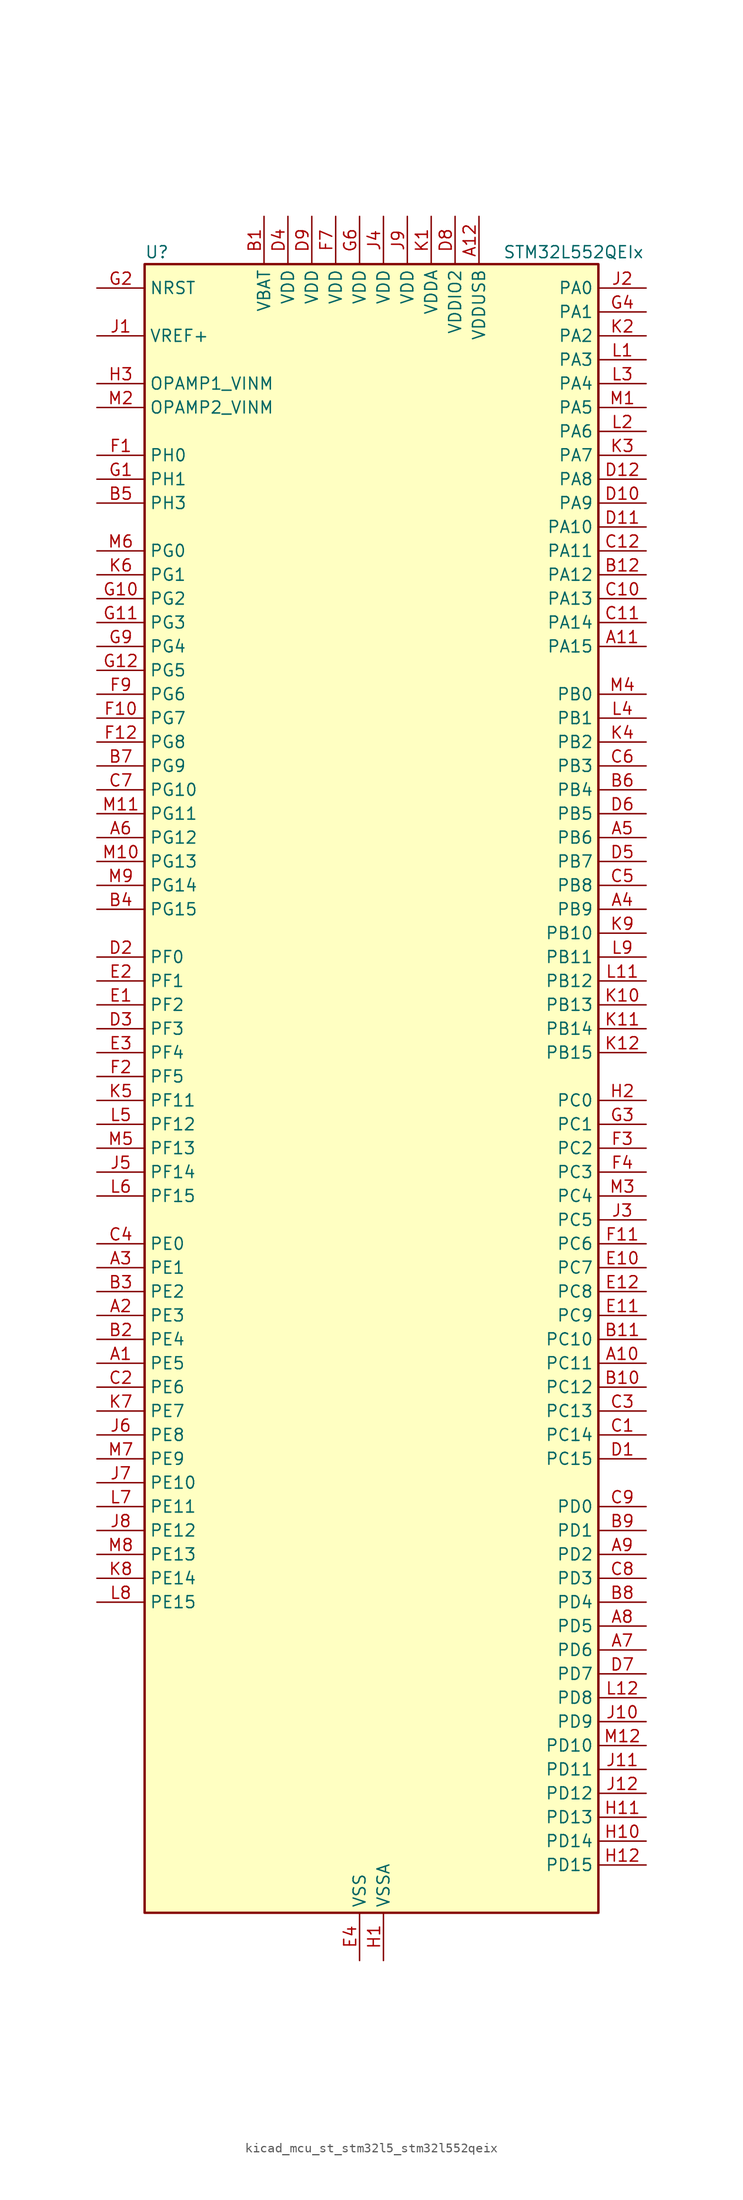
<source format=kicad_sym>
(kicad_symbol_lib
  (version 20220914)
  (generator kicad_symbol_editor)
  (symbol "kicad_mcu_st_stm32l5_stm32l552qeix"
    (property "Reference" "U"
      (at -22.86 90.17 0)
      (effects (font (size 1.27 1.27)) (justify left)))
    (property "Value" "STM32L552QEIx"
      (at 15.24 90.17 0)
      (effects (font (size 1.27 1.27)) (justify left)))
    (property "ki_locked" ""
      (at 0 0 0)
      (effects (font (size 1.27 1.27))))
    (symbol "kicad_mcu_st_stm32l5_stm32l552qeix_0_1"
      (rectangle (start -22.86 -86.36) (end 25.4 88.9) (stroke (width 0.254) (type default)) (fill (type background))))
    (symbol "kicad_mcu_st_stm32l5_stm32l552qeix_1_1"
      (pin bidirectional line (at -27.94 -27.94 0) (length 5.08) (name "PE5" (effects (font (size 1.27 1.27)))) (number "A1" (effects (font (size 1.27 1.27)))) (alternate "DEBUG_TRACED2" bidirectional line) (alternate "DFSDM1_CKIN3" bidirectional line) (alternate "FMC_A21" bidirectional line) (alternate "SAI1_CK2" bidirectional line) (alternate "SAI1_SCK_A" bidirectional line) (alternate "TIM3_CH3" bidirectional line) (alternate "TSC_G7_IO4" bidirectional line))
      (pin bidirectional line (at 30.48 -27.94 180) (length 5.08) (name "PC11" (effects (font (size 1.27 1.27)))) (number "A10" (effects (font (size 1.27 1.27)))) (alternate "ADC1_EXTI11" bidirectional line) (alternate "ADC2_EXTI11" bidirectional line) (alternate "LPTIM3_IN1" bidirectional line) (alternate "OCTOSPI1_NCS" bidirectional line) (alternate "SAI2_MCLK_B" bidirectional line) (alternate "SDMMC1_D3" bidirectional line) (alternate "SPI3_MISO" bidirectional line) (alternate "TSC_G3_IO3" bidirectional line) (alternate "UART4_RX" bidirectional line) (alternate "UCPD1_FRSTX2" bidirectional line) (alternate "USART3_RX" bidirectional line))
      (pin bidirectional line (at 30.48 48.26 180) (length 5.08) (name "PA15" (effects (font (size 1.27 1.27)))) (number "A11" (effects (font (size 1.27 1.27)))) (alternate "ADC1_EXTI15" bidirectional line) (alternate "ADC2_EXTI15" bidirectional line) (alternate "DEBUG_JTDI" bidirectional line) (alternate "SAI2_FS_B" bidirectional line) (alternate "SPI1_NSS" bidirectional line) (alternate "SPI3_NSS" bidirectional line) (alternate "TIM2_CH1" bidirectional line) (alternate "TIM2_ETR" bidirectional line) (alternate "UART4_DE" bidirectional line) (alternate "UART4_RTS" bidirectional line) (alternate "UCPD1_CC1" bidirectional line) (alternate "USART2_RX" bidirectional line) (alternate "USART3_DE" bidirectional line) (alternate "USART3_RTS" bidirectional line))
      (pin power_in line (at 12.7 93.98 270) (length 5.08) (name "VDDUSB" (effects (font (size 1.27 1.27)))) (number "A12" (effects (font (size 1.27 1.27)))))
      (pin bidirectional line (at -27.94 -22.86 0) (length 5.08) (name "PE3" (effects (font (size 1.27 1.27)))) (number "A2" (effects (font (size 1.27 1.27)))) (alternate "DEBUG_TRACED0" bidirectional line) (alternate "FMC_A19" bidirectional line) (alternate "OCTOSPI1_DQS" bidirectional line) (alternate "SAI1_SD_B" bidirectional line) (alternate "TIM3_CH1" bidirectional line) (alternate "TSC_G7_IO2" bidirectional line))
      (pin bidirectional line (at -27.94 -17.78 0) (length 5.08) (name "PE1" (effects (font (size 1.27 1.27)))) (number "A3" (effects (font (size 1.27 1.27)))) (alternate "FMC_NBL1" bidirectional line) (alternate "TIM17_CH1" bidirectional line))
      (pin bidirectional line (at 30.48 20.32 180) (length 5.08) (name "PB9" (effects (font (size 1.27 1.27)))) (number "A4" (effects (font (size 1.27 1.27)))) (alternate "DAC1_EXTI9" bidirectional line) (alternate "FDCAN1_TX" bidirectional line) (alternate "I2C1_SDA" bidirectional line) (alternate "IR_OUT" bidirectional line) (alternate "SAI1_D2" bidirectional line) (alternate "SAI1_FS_A" bidirectional line) (alternate "SDMMC1_CDIR" bidirectional line) (alternate "SDMMC1_D5" bidirectional line) (alternate "SPI2_NSS" bidirectional line) (alternate "TIM17_CH1" bidirectional line) (alternate "TIM4_CH4" bidirectional line))
      (pin bidirectional line (at 30.48 27.94 180) (length 5.08) (name "PB6" (effects (font (size 1.27 1.27)))) (number "A5" (effects (font (size 1.27 1.27)))) (alternate "COMP2_INP" bidirectional line) (alternate "I2C1_SCL" bidirectional line) (alternate "I2C4_SCL" bidirectional line) (alternate "LPTIM1_ETR" bidirectional line) (alternate "SAI1_FS_B" bidirectional line) (alternate "TIM16_CH1N" bidirectional line) (alternate "TIM4_CH1" bidirectional line) (alternate "TIM8_BKIN2" bidirectional line) (alternate "TSC_G2_IO3" bidirectional line) (alternate "USART1_TX" bidirectional line))
      (pin bidirectional line (at -27.94 27.94 0) (length 5.08) (name "PG12" (effects (font (size 1.27 1.27)))) (number "A6" (effects (font (size 1.27 1.27)))) (alternate "FMC_NE4" bidirectional line) (alternate "LPTIM1_ETR" bidirectional line) (alternate "SAI2_SD_A" bidirectional line) (alternate "SPI3_NSS" bidirectional line) (alternate "USART1_DE" bidirectional line) (alternate "USART1_RTS" bidirectional line))
      (pin bidirectional line (at 30.48 -58.42 180) (length 5.08) (name "PD6" (effects (font (size 1.27 1.27)))) (number "A7" (effects (font (size 1.27 1.27)))) (alternate "DFSDM1_DATIN1" bidirectional line) (alternate "FMC_NWAIT" bidirectional line) (alternate "OCTOSPI1_IO6" bidirectional line) (alternate "SAI1_D1" bidirectional line) (alternate "SAI1_SD_A" bidirectional line) (alternate "SPI3_MOSI" bidirectional line) (alternate "USART2_RX" bidirectional line))
      (pin bidirectional line (at 30.48 -55.88 180) (length 5.08) (name "PD5" (effects (font (size 1.27 1.27)))) (number "A8" (effects (font (size 1.27 1.27)))) (alternate "FMC_NWE" bidirectional line) (alternate "OCTOSPI1_IO5" bidirectional line) (alternate "USART2_TX" bidirectional line))
      (pin bidirectional line (at 30.48 -48.26 180) (length 5.08) (name "PD2" (effects (font (size 1.27 1.27)))) (number "A9" (effects (font (size 1.27 1.27)))) (alternate "DEBUG_TRACED2" bidirectional line) (alternate "SDMMC1_CMD" bidirectional line) (alternate "TIM3_ETR" bidirectional line) (alternate "TSC_SYNC" bidirectional line) (alternate "UART5_RX" bidirectional line) (alternate "USART3_DE" bidirectional line) (alternate "USART3_RTS" bidirectional line))
      (pin power_in line (at -10.16 93.98 270) (length 5.08) (name "VBAT" (effects (font (size 1.27 1.27)))) (number "B1" (effects (font (size 1.27 1.27)))))
      (pin bidirectional line (at 30.48 -30.48 180) (length 5.08) (name "PC12" (effects (font (size 1.27 1.27)))) (number "B10" (effects (font (size 1.27 1.27)))) (alternate "DEBUG_TRACED3" bidirectional line) (alternate "SAI2_SD_B" bidirectional line) (alternate "SDMMC1_CK" bidirectional line) (alternate "SPI3_MOSI" bidirectional line) (alternate "TSC_G3_IO4" bidirectional line) (alternate "UART5_TX" bidirectional line) (alternate "USART3_CK" bidirectional line))
      (pin bidirectional line (at 30.48 -25.4 180) (length 5.08) (name "PC10" (effects (font (size 1.27 1.27)))) (number "B11" (effects (font (size 1.27 1.27)))) (alternate "DEBUG_TRACED1" bidirectional line) (alternate "LPTIM3_ETR" bidirectional line) (alternate "SAI2_SCK_B" bidirectional line) (alternate "SDMMC1_D2" bidirectional line) (alternate "SPI3_SCK" bidirectional line) (alternate "TSC_G3_IO2" bidirectional line) (alternate "UART4_TX" bidirectional line) (alternate "USART3_TX" bidirectional line))
      (pin bidirectional line (at 30.48 55.88 180) (length 5.08) (name "PA12" (effects (font (size 1.27 1.27)))) (number "B12" (effects (font (size 1.27 1.27)))) (alternate "FDCAN1_TX" bidirectional line) (alternate "SPI1_MOSI" bidirectional line) (alternate "TIM1_ETR" bidirectional line) (alternate "USART1_DE" bidirectional line) (alternate "USART1_RTS" bidirectional line) (alternate "USB_DP" bidirectional line))
      (pin bidirectional line (at -27.94 -25.4 0) (length 5.08) (name "PE4" (effects (font (size 1.27 1.27)))) (number "B2" (effects (font (size 1.27 1.27)))) (alternate "DEBUG_TRACED1" bidirectional line) (alternate "DFSDM1_DATIN3" bidirectional line) (alternate "FMC_A20" bidirectional line) (alternate "SAI1_D2" bidirectional line) (alternate "SAI1_FS_A" bidirectional line) (alternate "TIM3_CH2" bidirectional line) (alternate "TSC_G7_IO3" bidirectional line))
      (pin bidirectional line (at -27.94 -20.32 0) (length 5.08) (name "PE2" (effects (font (size 1.27 1.27)))) (number "B3" (effects (font (size 1.27 1.27)))) (alternate "DEBUG_TRACECLK" bidirectional line) (alternate "FMC_A23" bidirectional line) (alternate "SAI1_CK1" bidirectional line) (alternate "SAI1_MCLK_A" bidirectional line) (alternate "TIM3_ETR" bidirectional line) (alternate "TSC_G7_IO1" bidirectional line))
      (pin bidirectional line (at -27.94 20.32 0) (length 5.08) (name "PG15" (effects (font (size 1.27 1.27)))) (number "B4" (effects (font (size 1.27 1.27)))) (alternate "ADC1_EXTI15" bidirectional line) (alternate "ADC2_EXTI15" bidirectional line) (alternate "I2C1_SMBA" bidirectional line) (alternate "LPTIM1_OUT" bidirectional line))
      (pin bidirectional line (at -27.94 63.5 0) (length 5.08) (name "PH3" (effects (font (size 1.27 1.27)))) (number "B5" (effects (font (size 1.27 1.27)))))
      (pin bidirectional line (at 30.48 33.02 180) (length 5.08) (name "PB4" (effects (font (size 1.27 1.27)))) (number "B6" (effects (font (size 1.27 1.27)))) (alternate "COMP2_INP" bidirectional line) (alternate "DEBUG_JTRST" bidirectional line) (alternate "I2C3_SDA" bidirectional line) (alternate "SAI1_MCLK_B" bidirectional line) (alternate "SPI1_MISO" bidirectional line) (alternate "SPI3_MISO" bidirectional line) (alternate "TIM17_BKIN" bidirectional line) (alternate "TIM3_CH1" bidirectional line) (alternate "TSC_G2_IO1" bidirectional line) (alternate "UART5_DE" bidirectional line) (alternate "UART5_RTS" bidirectional line) (alternate "USART1_CTS" bidirectional line) (alternate "USART1_NSS" bidirectional line))
      (pin bidirectional line (at -27.94 35.56 0) (length 5.08) (name "PG9" (effects (font (size 1.27 1.27)))) (number "B7" (effects (font (size 1.27 1.27)))) (alternate "DAC1_EXTI9" bidirectional line) (alternate "FMC_NCE" bidirectional line) (alternate "FMC_NE2" bidirectional line) (alternate "SAI2_SCK_A" bidirectional line) (alternate "SPI3_SCK" bidirectional line) (alternate "TIM15_CH1N" bidirectional line) (alternate "USART1_TX" bidirectional line))
      (pin bidirectional line (at 30.48 -53.34 180) (length 5.08) (name "PD4" (effects (font (size 1.27 1.27)))) (number "B8" (effects (font (size 1.27 1.27)))) (alternate "DFSDM1_CKIN0" bidirectional line) (alternate "FMC_NOE" bidirectional line) (alternate "OCTOSPI1_IO4" bidirectional line) (alternate "SPI2_MOSI" bidirectional line) (alternate "USART2_DE" bidirectional line) (alternate "USART2_RTS" bidirectional line))
      (pin bidirectional line (at 30.48 -45.72 180) (length 5.08) (name "PD1" (effects (font (size 1.27 1.27)))) (number "B9" (effects (font (size 1.27 1.27)))) (alternate "FDCAN1_TX" bidirectional line) (alternate "FMC_D3" bidirectional line) (alternate "FMC_DA3" bidirectional line) (alternate "SPI2_SCK" bidirectional line))
      (pin bidirectional line (at 30.48 -35.56 180) (length 5.08) (name "PC14" (effects (font (size 1.27 1.27)))) (number "C1" (effects (font (size 1.27 1.27)))) (alternate "RCC_OSC32_IN" bidirectional line))
      (pin bidirectional line (at 30.48 53.34 180) (length 5.08) (name "PA13" (effects (font (size 1.27 1.27)))) (number "C10" (effects (font (size 1.27 1.27)))) (alternate "DEBUG_JTMS-SWDIO" bidirectional line) (alternate "IR_OUT" bidirectional line) (alternate "SAI1_SD_B" bidirectional line) (alternate "USB_NOE" bidirectional line))
      (pin bidirectional line (at 30.48 50.8 180) (length 5.08) (name "PA14" (effects (font (size 1.27 1.27)))) (number "C11" (effects (font (size 1.27 1.27)))) (alternate "DEBUG_JTCK-SWCLK" bidirectional line) (alternate "I2C1_SMBA" bidirectional line) (alternate "I2C4_SMBA" bidirectional line) (alternate "LPTIM1_OUT" bidirectional line) (alternate "SAI1_FS_B" bidirectional line))
      (pin bidirectional line (at 30.48 58.42 180) (length 5.08) (name "PA11" (effects (font (size 1.27 1.27)))) (number "C12" (effects (font (size 1.27 1.27)))) (alternate "ADC1_EXTI11" bidirectional line) (alternate "ADC2_EXTI11" bidirectional line) (alternate "FDCAN1_RX" bidirectional line) (alternate "SPI1_MISO" bidirectional line) (alternate "TIM1_BKIN2" bidirectional line) (alternate "TIM1_CH4" bidirectional line) (alternate "USART1_CTS" bidirectional line) (alternate "USART1_NSS" bidirectional line) (alternate "USB_DM" bidirectional line))
      (pin bidirectional line (at -27.94 -30.48 0) (length 5.08) (name "PE6" (effects (font (size 1.27 1.27)))) (number "C2" (effects (font (size 1.27 1.27)))) (alternate "DEBUG_TRACED3" bidirectional line) (alternate "FMC_A22" bidirectional line) (alternate "PWR_WKUP3" bidirectional line) (alternate "SAI1_D1" bidirectional line) (alternate "SAI1_SD_A" bidirectional line) (alternate "TAMP_IN3" bidirectional line) (alternate "TAMP_OUT6" bidirectional line) (alternate "TIM3_CH4" bidirectional line))
      (pin bidirectional line (at 30.48 -33.02 180) (length 5.08) (name "PC13" (effects (font (size 1.27 1.27)))) (number "C3" (effects (font (size 1.27 1.27)))) (alternate "PWR_WKUP2" bidirectional line) (alternate "RTC_OUT1" bidirectional line) (alternate "RTC_TS" bidirectional line) (alternate "TAMP_IN1" bidirectional line) (alternate "TAMP_OUT2" bidirectional line))
      (pin bidirectional line (at -27.94 -15.24 0) (length 5.08) (name "PE0" (effects (font (size 1.27 1.27)))) (number "C4" (effects (font (size 1.27 1.27)))) (alternate "FMC_NBL0" bidirectional line) (alternate "TIM16_CH1" bidirectional line) (alternate "TIM4_ETR" bidirectional line))
      (pin bidirectional line (at 30.48 22.86 180) (length 5.08) (name "PB8" (effects (font (size 1.27 1.27)))) (number "C5" (effects (font (size 1.27 1.27)))) (alternate "DFSDM1_CKOUT" bidirectional line) (alternate "FDCAN1_RX" bidirectional line) (alternate "I2C1_SCL" bidirectional line) (alternate "SAI1_CK1" bidirectional line) (alternate "SAI1_MCLK_A" bidirectional line) (alternate "SDMMC1_CKIN" bidirectional line) (alternate "SDMMC1_D4" bidirectional line) (alternate "TIM16_CH1" bidirectional line) (alternate "TIM4_CH3" bidirectional line))
      (pin bidirectional line (at 30.48 35.56 180) (length 5.08) (name "PB3" (effects (font (size 1.27 1.27)))) (number "C6" (effects (font (size 1.27 1.27)))) (alternate "COMP2_INM" bidirectional line) (alternate "CRS_SYNC" bidirectional line) (alternate "DEBUG_JTDO-SWO" bidirectional line) (alternate "SAI1_SCK_B" bidirectional line) (alternate "SPI1_SCK" bidirectional line) (alternate "SPI3_SCK" bidirectional line) (alternate "TIM2_CH2" bidirectional line) (alternate "USART1_DE" bidirectional line) (alternate "USART1_RTS" bidirectional line))
      (pin bidirectional line (at -27.94 33.02 0) (length 5.08) (name "PG10" (effects (font (size 1.27 1.27)))) (number "C7" (effects (font (size 1.27 1.27)))) (alternate "FMC_NE3" bidirectional line) (alternate "LPTIM1_IN1" bidirectional line) (alternate "SAI2_FS_A" bidirectional line) (alternate "SPI3_MISO" bidirectional line) (alternate "TIM15_CH1" bidirectional line) (alternate "USART1_RX" bidirectional line))
      (pin bidirectional line (at 30.48 -50.8 180) (length 5.08) (name "PD3" (effects (font (size 1.27 1.27)))) (number "C8" (effects (font (size 1.27 1.27)))) (alternate "DFSDM1_DATIN0" bidirectional line) (alternate "FMC_CLK" bidirectional line) (alternate "SPI2_MISO" bidirectional line) (alternate "SPI2_SCK" bidirectional line) (alternate "USART2_CTS" bidirectional line) (alternate "USART2_NSS" bidirectional line))
      (pin bidirectional line (at 30.48 -43.18 180) (length 5.08) (name "PD0" (effects (font (size 1.27 1.27)))) (number "C9" (effects (font (size 1.27 1.27)))) (alternate "FDCAN1_RX" bidirectional line) (alternate "FMC_D2" bidirectional line) (alternate "FMC_DA2" bidirectional line) (alternate "SPI2_NSS" bidirectional line))
      (pin bidirectional line (at 30.48 -38.1 180) (length 5.08) (name "PC15" (effects (font (size 1.27 1.27)))) (number "D1" (effects (font (size 1.27 1.27)))) (alternate "ADC1_EXTI15" bidirectional line) (alternate "ADC2_EXTI15" bidirectional line) (alternate "RCC_OSC32_OUT" bidirectional line))
      (pin bidirectional line (at 30.48 63.5 180) (length 5.08) (name "PA9" (effects (font (size 1.27 1.27)))) (number "D10" (effects (font (size 1.27 1.27)))) (alternate "DAC1_EXTI9" bidirectional line) (alternate "SAI1_FS_A" bidirectional line) (alternate "SPI2_SCK" bidirectional line) (alternate "TIM15_BKIN" bidirectional line) (alternate "TIM1_CH2" bidirectional line) (alternate "USART1_TX" bidirectional line))
      (pin bidirectional line (at 30.48 60.96 180) (length 5.08) (name "PA10" (effects (font (size 1.27 1.27)))) (number "D11" (effects (font (size 1.27 1.27)))) (alternate "CRS_SYNC" bidirectional line) (alternate "SAI1_D1" bidirectional line) (alternate "SAI1_SD_A" bidirectional line) (alternate "TIM17_BKIN" bidirectional line) (alternate "TIM1_CH3" bidirectional line) (alternate "USART1_RX" bidirectional line))
      (pin bidirectional line (at 30.48 66.04 180) (length 5.08) (name "PA8" (effects (font (size 1.27 1.27)))) (number "D12" (effects (font (size 1.27 1.27)))) (alternate "LPTIM2_OUT" bidirectional line) (alternate "RCC_MCO" bidirectional line) (alternate "SAI1_CK2" bidirectional line) (alternate "SAI1_SCK_A" bidirectional line) (alternate "TIM1_CH1" bidirectional line) (alternate "USART1_CK" bidirectional line))
      (pin bidirectional line (at -27.94 15.24 0) (length 5.08) (name "PF0" (effects (font (size 1.27 1.27)))) (number "D2" (effects (font (size 1.27 1.27)))) (alternate "FMC_A0" bidirectional line) (alternate "I2C2_SDA" bidirectional line))
      (pin bidirectional line (at -27.94 7.62 0) (length 5.08) (name "PF3" (effects (font (size 1.27 1.27)))) (number "D3" (effects (font (size 1.27 1.27)))) (alternate "FMC_A3" bidirectional line) (alternate "LPTIM3_IN1" bidirectional line))
      (pin power_in line (at -7.62 93.98 270) (length 5.08) (name "VDD" (effects (font (size 1.27 1.27)))) (number "D4" (effects (font (size 1.27 1.27)))))
      (pin bidirectional line (at 30.48 25.4 180) (length 5.08) (name "PB7" (effects (font (size 1.27 1.27)))) (number "D5" (effects (font (size 1.27 1.27)))) (alternate "COMP2_INM" bidirectional line) (alternate "FMC_NL" bidirectional line) (alternate "I2C1_SDA" bidirectional line) (alternate "I2C4_SDA" bidirectional line) (alternate "LPTIM1_IN2" bidirectional line) (alternate "PWR_PVD_IN" bidirectional line) (alternate "TIM17_CH1N" bidirectional line) (alternate "TIM4_CH2" bidirectional line) (alternate "TIM8_BKIN" bidirectional line) (alternate "TSC_G2_IO4" bidirectional line) (alternate "UART4_CTS" bidirectional line) (alternate "USART1_RX" bidirectional line))
      (pin bidirectional line (at 30.48 30.48 180) (length 5.08) (name "PB5" (effects (font (size 1.27 1.27)))) (number "D6" (effects (font (size 1.27 1.27)))) (alternate "COMP2_OUT" bidirectional line) (alternate "I2C1_SMBA" bidirectional line) (alternate "LPTIM1_IN1" bidirectional line) (alternate "OCTOSPI1_NCLK" bidirectional line) (alternate "SAI1_SD_B" bidirectional line) (alternate "SPI1_MOSI" bidirectional line) (alternate "SPI3_MOSI" bidirectional line) (alternate "TIM16_BKIN" bidirectional line) (alternate "TIM3_CH2" bidirectional line) (alternate "TSC_G2_IO2" bidirectional line) (alternate "UART5_CTS" bidirectional line) (alternate "UCPD1_DBCC1" bidirectional line) (alternate "USART1_CK" bidirectional line))
      (pin bidirectional line (at 30.48 -60.96 180) (length 5.08) (name "PD7" (effects (font (size 1.27 1.27)))) (number "D7" (effects (font (size 1.27 1.27)))) (alternate "DFSDM1_CKIN1" bidirectional line) (alternate "FMC_NCE" bidirectional line) (alternate "FMC_NE1" bidirectional line) (alternate "OCTOSPI1_IO7" bidirectional line) (alternate "USART2_CK" bidirectional line))
      (pin power_in line (at 10.16 93.98 270) (length 5.08) (name "VDDIO2" (effects (font (size 1.27 1.27)))) (number "D8" (effects (font (size 1.27 1.27)))))
      (pin power_in line (at -5.08 93.98 270) (length 5.08) (name "VDD" (effects (font (size 1.27 1.27)))) (number "D9" (effects (font (size 1.27 1.27)))))
      (pin bidirectional line (at -27.94 10.16 0) (length 5.08) (name "PF2" (effects (font (size 1.27 1.27)))) (number "E1" (effects (font (size 1.27 1.27)))) (alternate "FMC_A2" bidirectional line) (alternate "I2C2_SMBA" bidirectional line))
      (pin bidirectional line (at 30.48 -17.78 180) (length 5.08) (name "PC7" (effects (font (size 1.27 1.27)))) (number "E10" (effects (font (size 1.27 1.27)))) (alternate "DFSDM1_DATIN3" bidirectional line) (alternate "SAI2_MCLK_B" bidirectional line) (alternate "SDMMC1_D123DIR" bidirectional line) (alternate "SDMMC1_D7" bidirectional line) (alternate "TIM3_CH2" bidirectional line) (alternate "TIM8_CH2" bidirectional line) (alternate "TSC_G4_IO2" bidirectional line))
      (pin bidirectional line (at 30.48 -22.86 180) (length 5.08) (name "PC9" (effects (font (size 1.27 1.27)))) (number "E11" (effects (font (size 1.27 1.27)))) (alternate "DAC1_EXTI9" bidirectional line) (alternate "DEBUG_TRACED0" bidirectional line) (alternate "SAI2_EXTCLK" bidirectional line) (alternate "SDMMC1_D1" bidirectional line) (alternate "TIM3_CH4" bidirectional line) (alternate "TIM8_BKIN2" bidirectional line) (alternate "TIM8_CH4" bidirectional line) (alternate "TSC_G4_IO4" bidirectional line) (alternate "USB_NOE" bidirectional line))
      (pin bidirectional line (at 30.48 -20.32 180) (length 5.08) (name "PC8" (effects (font (size 1.27 1.27)))) (number "E12" (effects (font (size 1.27 1.27)))) (alternate "SDMMC1_D0" bidirectional line) (alternate "TIM3_CH3" bidirectional line) (alternate "TIM8_CH3" bidirectional line) (alternate "TSC_G4_IO3" bidirectional line))
      (pin bidirectional line (at -27.94 12.7 0) (length 5.08) (name "PF1" (effects (font (size 1.27 1.27)))) (number "E2" (effects (font (size 1.27 1.27)))) (alternate "FMC_A1" bidirectional line) (alternate "I2C2_SCL" bidirectional line))
      (pin bidirectional line (at -27.94 5.08 0) (length 5.08) (name "PF4" (effects (font (size 1.27 1.27)))) (number "E3" (effects (font (size 1.27 1.27)))) (alternate "FMC_A4" bidirectional line) (alternate "LPTIM3_ETR" bidirectional line))
      (pin power_in line (at 0 -91.44 90) (length 5.08) (name "VSS" (effects (font (size 1.27 1.27)))) (number "E4" (effects (font (size 1.27 1.27)))))
      (pin passive line (at 0 -91.44 90) (length 5.08) hide (name "VSS" (effects (font (size 1.27 1.27)))) (number "E9" (effects (font (size 1.27 1.27)))))
      (pin bidirectional line (at -27.94 68.58 0) (length 5.08) (name "PH0" (effects (font (size 1.27 1.27)))) (number "F1" (effects (font (size 1.27 1.27)))) (alternate "RCC_OSC_IN" bidirectional line))
      (pin bidirectional line (at -27.94 40.64 0) (length 5.08) (name "PG7" (effects (font (size 1.27 1.27)))) (number "F10" (effects (font (size 1.27 1.27)))) (alternate "DFSDM1_CKOUT" bidirectional line) (alternate "FMC_INT" bidirectional line) (alternate "I2C3_SCL" bidirectional line) (alternate "LPUART1_TX" bidirectional line) (alternate "SAI1_CK1" bidirectional line) (alternate "SAI1_MCLK_A" bidirectional line) (alternate "UCPD1_FRSTX2" bidirectional line))
      (pin bidirectional line (at 30.48 -15.24 180) (length 5.08) (name "PC6" (effects (font (size 1.27 1.27)))) (number "F11" (effects (font (size 1.27 1.27)))) (alternate "DFSDM1_CKIN3" bidirectional line) (alternate "SAI2_MCLK_A" bidirectional line) (alternate "SDMMC1_D0DIR" bidirectional line) (alternate "SDMMC1_D6" bidirectional line) (alternate "TIM3_CH1" bidirectional line) (alternate "TIM8_CH1" bidirectional line) (alternate "TSC_G4_IO1" bidirectional line))
      (pin bidirectional line (at -27.94 38.1 0) (length 5.08) (name "PG8" (effects (font (size 1.27 1.27)))) (number "F12" (effects (font (size 1.27 1.27)))) (alternate "I2C3_SDA" bidirectional line) (alternate "LPUART1_RX" bidirectional line))
      (pin bidirectional line (at -27.94 2.54 0) (length 5.08) (name "PF5" (effects (font (size 1.27 1.27)))) (number "F2" (effects (font (size 1.27 1.27)))) (alternate "FMC_A5" bidirectional line) (alternate "LPTIM3_OUT" bidirectional line))
      (pin bidirectional line (at 30.48 -5.08 180) (length 5.08) (name "PC2" (effects (font (size 1.27 1.27)))) (number "F3" (effects (font (size 1.27 1.27)))) (alternate "ADC1_IN3" bidirectional line) (alternate "ADC2_IN3" bidirectional line) (alternate "DFSDM1_CKOUT" bidirectional line) (alternate "LPTIM1_IN2" bidirectional line) (alternate "OCTOSPI1_IO5" bidirectional line) (alternate "SPI2_MISO" bidirectional line))
      (pin bidirectional line (at 30.48 -7.62 180) (length 5.08) (name "PC3" (effects (font (size 1.27 1.27)))) (number "F4" (effects (font (size 1.27 1.27)))) (alternate "ADC1_IN4" bidirectional line) (alternate "ADC2_IN4" bidirectional line) (alternate "LPTIM1_ETR" bidirectional line) (alternate "LPTIM2_ETR" bidirectional line) (alternate "LPTIM3_OUT" bidirectional line) (alternate "OCTOSPI1_IO6" bidirectional line) (alternate "SAI1_D1" bidirectional line) (alternate "SAI1_SD_A" bidirectional line) (alternate "SPI2_MOSI" bidirectional line))
      (pin passive line (at 0 -91.44 90) (length 5.08) hide (name "VSS" (effects (font (size 1.27 1.27)))) (number "F6" (effects (font (size 1.27 1.27)))))
      (pin power_in line (at -2.54 93.98 270) (length 5.08) (name "VDD" (effects (font (size 1.27 1.27)))) (number "F7" (effects (font (size 1.27 1.27)))))
      (pin bidirectional line (at -27.94 43.18 0) (length 5.08) (name "PG6" (effects (font (size 1.27 1.27)))) (number "F9" (effects (font (size 1.27 1.27)))) (alternate "I2C3_SMBA" bidirectional line) (alternate "LPUART1_DE" bidirectional line) (alternate "LPUART1_RTS" bidirectional line) (alternate "OCTOSPI1_DQS" bidirectional line) (alternate "UCPD1_FRSTX1" bidirectional line))
      (pin bidirectional line (at -27.94 66.04 0) (length 5.08) (name "PH1" (effects (font (size 1.27 1.27)))) (number "G1" (effects (font (size 1.27 1.27)))) (alternate "RCC_OSC_OUT" bidirectional line))
      (pin bidirectional line (at -27.94 53.34 0) (length 5.08) (name "PG2" (effects (font (size 1.27 1.27)))) (number "G10" (effects (font (size 1.27 1.27)))) (alternate "FMC_A12" bidirectional line) (alternate "SAI2_SCK_B" bidirectional line) (alternate "SPI1_SCK" bidirectional line))
      (pin bidirectional line (at -27.94 50.8 0) (length 5.08) (name "PG3" (effects (font (size 1.27 1.27)))) (number "G11" (effects (font (size 1.27 1.27)))) (alternate "FMC_A13" bidirectional line) (alternate "SAI2_FS_B" bidirectional line) (alternate "SPI1_MISO" bidirectional line))
      (pin bidirectional line (at -27.94 45.72 0) (length 5.08) (name "PG5" (effects (font (size 1.27 1.27)))) (number "G12" (effects (font (size 1.27 1.27)))) (alternate "FMC_A15" bidirectional line) (alternate "LPUART1_CTS" bidirectional line) (alternate "SAI2_SD_B" bidirectional line) (alternate "SPI1_NSS" bidirectional line))
      (pin input line (at -27.94 86.36 0) (length 5.08) (name "NRST" (effects (font (size 1.27 1.27)))) (number "G2" (effects (font (size 1.27 1.27)))))
      (pin bidirectional line (at 30.48 -2.54 180) (length 5.08) (name "PC1" (effects (font (size 1.27 1.27)))) (number "G3" (effects (font (size 1.27 1.27)))) (alternate "ADC1_IN2" bidirectional line) (alternate "ADC2_IN2" bidirectional line) (alternate "DEBUG_TRACED0" bidirectional line) (alternate "I2C3_SDA" bidirectional line) (alternate "LPTIM1_OUT" bidirectional line) (alternate "LPUART1_TX" bidirectional line) (alternate "OCTOSPI1_IO4" bidirectional line) (alternate "SAI1_SD_A" bidirectional line) (alternate "SPI2_MOSI" bidirectional line))
      (pin bidirectional line (at 30.48 83.82 180) (length 5.08) (name "PA1" (effects (font (size 1.27 1.27)))) (number "G4" (effects (font (size 1.27 1.27)))) (alternate "ADC1_IN6" bidirectional line) (alternate "ADC2_IN6" bidirectional line) (alternate "I2C1_SMBA" bidirectional line) (alternate "OCTOSPI1_DQS" bidirectional line) (alternate "OPAMP1_VINM" bidirectional line) (alternate "SPI1_SCK" bidirectional line) (alternate "TAMP_IN5" bidirectional line) (alternate "TAMP_OUT4" bidirectional line) (alternate "TIM15_CH1N" bidirectional line) (alternate "TIM2_CH2" bidirectional line) (alternate "TIM5_CH2" bidirectional line) (alternate "UART4_RX" bidirectional line) (alternate "USART2_DE" bidirectional line) (alternate "USART2_RTS" bidirectional line))
      (pin power_in line (at 0 93.98 270) (length 5.08) (name "VDD" (effects (font (size 1.27 1.27)))) (number "G6" (effects (font (size 1.27 1.27)))))
      (pin passive line (at 0 -91.44 90) (length 5.08) hide (name "VSS" (effects (font (size 1.27 1.27)))) (number "G7" (effects (font (size 1.27 1.27)))))
      (pin bidirectional line (at -27.94 48.26 0) (length 5.08) (name "PG4" (effects (font (size 1.27 1.27)))) (number "G9" (effects (font (size 1.27 1.27)))) (alternate "FMC_A14" bidirectional line) (alternate "SAI2_MCLK_B" bidirectional line) (alternate "SPI1_MOSI" bidirectional line))
      (pin power_in line (at 2.54 -91.44 90) (length 5.08) (name "VSSA" (effects (font (size 1.27 1.27)))) (number "H1" (effects (font (size 1.27 1.27)))))
      (pin bidirectional line (at 30.48 -78.74 180) (length 5.08) (name "PD14" (effects (font (size 1.27 1.27)))) (number "H10" (effects (font (size 1.27 1.27)))) (alternate "FMC_D0" bidirectional line) (alternate "FMC_DA0" bidirectional line) (alternate "TIM4_CH3" bidirectional line))
      (pin bidirectional line (at 30.48 -76.2 180) (length 5.08) (name "PD13" (effects (font (size 1.27 1.27)))) (number "H11" (effects (font (size 1.27 1.27)))) (alternate "FMC_A18" bidirectional line) (alternate "I2C4_SDA" bidirectional line) (alternate "LPTIM2_OUT" bidirectional line) (alternate "TIM4_CH2" bidirectional line) (alternate "TSC_G6_IO4" bidirectional line))
      (pin bidirectional line (at 30.48 -81.28 180) (length 5.08) (name "PD15" (effects (font (size 1.27 1.27)))) (number "H12" (effects (font (size 1.27 1.27)))) (alternate "ADC1_EXTI15" bidirectional line) (alternate "ADC2_EXTI15" bidirectional line) (alternate "FMC_D1" bidirectional line) (alternate "FMC_DA1" bidirectional line) (alternate "TIM4_CH4" bidirectional line))
      (pin bidirectional line (at 30.48 0 180) (length 5.08) (name "PC0" (effects (font (size 1.27 1.27)))) (number "H2" (effects (font (size 1.27 1.27)))) (alternate "ADC1_IN1" bidirectional line) (alternate "ADC2_IN1" bidirectional line) (alternate "I2C3_SCL" bidirectional line) (alternate "LPTIM1_IN1" bidirectional line) (alternate "LPTIM2_IN1" bidirectional line) (alternate "LPUART1_RX" bidirectional line) (alternate "OCTOSPI1_IO7" bidirectional line) (alternate "SAI2_FS_A" bidirectional line) (alternate "SDMMC1_D5" bidirectional line))
      (pin bidirectional line (at -27.94 76.2 0) (length 5.08) (name "OPAMP1_VINM" (effects (font (size 1.27 1.27)))) (number "H3" (effects (font (size 1.27 1.27)))) (alternate "OPAMP1_VINM" bidirectional line))
      (pin passive line (at 0 -91.44 90) (length 5.08) hide (name "VSS" (effects (font (size 1.27 1.27)))) (number "H4" (effects (font (size 1.27 1.27)))))
      (pin passive line (at 0 -91.44 90) (length 5.08) hide (name "VSS" (effects (font (size 1.27 1.27)))) (number "H9" (effects (font (size 1.27 1.27)))))
      (pin input line (at -27.94 81.28 0) (length 5.08) (name "VREF+" (effects (font (size 1.27 1.27)))) (number "J1" (effects (font (size 1.27 1.27)))))
      (pin bidirectional line (at 30.48 -66.04 180) (length 5.08) (name "PD9" (effects (font (size 1.27 1.27)))) (number "J10" (effects (font (size 1.27 1.27)))) (alternate "DAC1_EXTI9" bidirectional line) (alternate "FMC_D14" bidirectional line) (alternate "FMC_DA14" bidirectional line) (alternate "SAI2_MCLK_A" bidirectional line) (alternate "USART3_RX" bidirectional line))
      (pin bidirectional line (at 30.48 -71.12 180) (length 5.08) (name "PD11" (effects (font (size 1.27 1.27)))) (number "J11" (effects (font (size 1.27 1.27)))) (alternate "ADC1_EXTI11" bidirectional line) (alternate "ADC2_EXTI11" bidirectional line) (alternate "FMC_A16" bidirectional line) (alternate "FMC_CLE" bidirectional line) (alternate "I2C4_SMBA" bidirectional line) (alternate "LPTIM2_ETR" bidirectional line) (alternate "SAI2_SD_A" bidirectional line) (alternate "TSC_G6_IO2" bidirectional line) (alternate "USART3_CTS" bidirectional line) (alternate "USART3_NSS" bidirectional line))
      (pin bidirectional line (at 30.48 -73.66 180) (length 5.08) (name "PD12" (effects (font (size 1.27 1.27)))) (number "J12" (effects (font (size 1.27 1.27)))) (alternate "FMC_A17" bidirectional line) (alternate "FMC_ALE" bidirectional line) (alternate "I2C4_SCL" bidirectional line) (alternate "LPTIM2_IN1" bidirectional line) (alternate "SAI2_FS_A" bidirectional line) (alternate "TIM4_CH1" bidirectional line) (alternate "TSC_G6_IO3" bidirectional line) (alternate "USART3_DE" bidirectional line) (alternate "USART3_RTS" bidirectional line))
      (pin bidirectional line (at 30.48 86.36 180) (length 5.08) (name "PA0" (effects (font (size 1.27 1.27)))) (number "J2" (effects (font (size 1.27 1.27)))) (alternate "ADC1_IN5" bidirectional line) (alternate "ADC2_IN5" bidirectional line) (alternate "OPAMP1_VINP" bidirectional line) (alternate "PWR_WKUP1" bidirectional line) (alternate "SAI1_EXTCLK" bidirectional line) (alternate "TAMP_IN2" bidirectional line) (alternate "TAMP_OUT1" bidirectional line) (alternate "TIM2_CH1" bidirectional line) (alternate "TIM2_ETR" bidirectional line) (alternate "TIM5_CH1" bidirectional line) (alternate "TIM8_ETR" bidirectional line) (alternate "UART4_TX" bidirectional line) (alternate "USART2_CTS" bidirectional line) (alternate "USART2_NSS" bidirectional line))
      (pin bidirectional line (at 30.48 -12.7 180) (length 5.08) (name "PC5" (effects (font (size 1.27 1.27)))) (number "J3" (effects (font (size 1.27 1.27)))) (alternate "ADC1_IN14" bidirectional line) (alternate "ADC2_IN14" bidirectional line) (alternate "COMP1_INP" bidirectional line) (alternate "PWR_WKUP5" bidirectional line) (alternate "SAI1_D3" bidirectional line) (alternate "TAMP_IN4" bidirectional line) (alternate "TAMP_OUT5" bidirectional line) (alternate "USART3_RX" bidirectional line))
      (pin power_in line (at 2.54 93.98 270) (length 5.08) (name "VDD" (effects (font (size 1.27 1.27)))) (number "J4" (effects (font (size 1.27 1.27)))))
      (pin bidirectional line (at -27.94 -7.62 0) (length 5.08) (name "PF14" (effects (font (size 1.27 1.27)))) (number "J5" (effects (font (size 1.27 1.27)))) (alternate "FMC_A8" bidirectional line) (alternate "I2C4_SCL" bidirectional line) (alternate "TSC_G8_IO1" bidirectional line))
      (pin bidirectional line (at -27.94 -35.56 0) (length 5.08) (name "PE8" (effects (font (size 1.27 1.27)))) (number "J6" (effects (font (size 1.27 1.27)))) (alternate "DFSDM1_CKIN2" bidirectional line) (alternate "FMC_D5" bidirectional line) (alternate "FMC_DA5" bidirectional line) (alternate "SAI1_SCK_B" bidirectional line) (alternate "TIM1_CH1N" bidirectional line))
      (pin bidirectional line (at -27.94 -40.64 0) (length 5.08) (name "PE10" (effects (font (size 1.27 1.27)))) (number "J7" (effects (font (size 1.27 1.27)))) (alternate "FMC_D7" bidirectional line) (alternate "FMC_DA7" bidirectional line) (alternate "OCTOSPI1_CLK" bidirectional line) (alternate "SAI1_MCLK_B" bidirectional line) (alternate "TIM1_CH2N" bidirectional line) (alternate "TSC_G5_IO1" bidirectional line))
      (pin bidirectional line (at -27.94 -45.72 0) (length 5.08) (name "PE12" (effects (font (size 1.27 1.27)))) (number "J8" (effects (font (size 1.27 1.27)))) (alternate "FMC_D9" bidirectional line) (alternate "FMC_DA9" bidirectional line) (alternate "OCTOSPI1_IO0" bidirectional line) (alternate "SPI1_NSS" bidirectional line) (alternate "TIM1_CH3N" bidirectional line) (alternate "TSC_G5_IO3" bidirectional line))
      (pin power_in line (at 5.08 93.98 270) (length 5.08) (name "VDD" (effects (font (size 1.27 1.27)))) (number "J9" (effects (font (size 1.27 1.27)))))
      (pin power_in line (at 7.62 93.98 270) (length 5.08) (name "VDDA" (effects (font (size 1.27 1.27)))) (number "K1" (effects (font (size 1.27 1.27)))))
      (pin bidirectional line (at 30.48 10.16 180) (length 5.08) (name "PB13" (effects (font (size 1.27 1.27)))) (number "K10" (effects (font (size 1.27 1.27)))) (alternate "DFSDM1_CKIN1" bidirectional line) (alternate "I2C2_SCL" bidirectional line) (alternate "LPTIM3_IN1" bidirectional line) (alternate "LPUART1_CTS" bidirectional line) (alternate "SAI2_SCK_A" bidirectional line) (alternate "SPI2_SCK" bidirectional line) (alternate "TIM15_CH1N" bidirectional line) (alternate "TIM1_CH1N" bidirectional line) (alternate "TSC_G1_IO2" bidirectional line) (alternate "UCPD1_FRSTX2" bidirectional line) (alternate "USART3_CTS" bidirectional line) (alternate "USART3_NSS" bidirectional line))
      (pin bidirectional line (at 30.48 7.62 180) (length 5.08) (name "PB14" (effects (font (size 1.27 1.27)))) (number "K11" (effects (font (size 1.27 1.27)))) (alternate "DFSDM1_DATIN2" bidirectional line) (alternate "I2C2_SDA" bidirectional line) (alternate "LPTIM3_ETR" bidirectional line) (alternate "SAI2_MCLK_A" bidirectional line) (alternate "SPI2_MISO" bidirectional line) (alternate "TIM15_CH1" bidirectional line) (alternate "TIM1_CH2N" bidirectional line) (alternate "TIM8_CH2N" bidirectional line) (alternate "TSC_G1_IO3" bidirectional line) (alternate "UCPD1_DBCC2" bidirectional line) (alternate "USART3_DE" bidirectional line) (alternate "USART3_RTS" bidirectional line))
      (pin bidirectional line (at 30.48 5.08 180) (length 5.08) (name "PB15" (effects (font (size 1.27 1.27)))) (number "K12" (effects (font (size 1.27 1.27)))) (alternate "ADC1_EXTI15" bidirectional line) (alternate "ADC2_EXTI15" bidirectional line) (alternate "DFSDM1_CKIN2" bidirectional line) (alternate "RTC_REFIN" bidirectional line) (alternate "SAI2_SD_A" bidirectional line) (alternate "SPI2_MOSI" bidirectional line) (alternate "TIM15_CH2" bidirectional line) (alternate "TIM1_CH3N" bidirectional line) (alternate "TIM8_CH3N" bidirectional line) (alternate "UCPD1_CC2" bidirectional line))
      (pin bidirectional line (at 30.48 81.28 180) (length 5.08) (name "PA2" (effects (font (size 1.27 1.27)))) (number "K2" (effects (font (size 1.27 1.27)))) (alternate "ADC1_IN7" bidirectional line) (alternate "ADC2_IN7" bidirectional line) (alternate "COMP1_INP" bidirectional line) (alternate "LPUART1_TX" bidirectional line) (alternate "OCTOSPI1_NCS" bidirectional line) (alternate "PWR_WKUP4" bidirectional line) (alternate "RCC_LSCO" bidirectional line) (alternate "SAI2_EXTCLK" bidirectional line) (alternate "TIM15_CH1" bidirectional line) (alternate "TIM2_CH3" bidirectional line) (alternate "TIM5_CH3" bidirectional line) (alternate "UCPD1_FRSTX1" bidirectional line) (alternate "USART2_TX" bidirectional line))
      (pin bidirectional line (at 30.48 68.58 180) (length 5.08) (name "PA7" (effects (font (size 1.27 1.27)))) (number "K3" (effects (font (size 1.27 1.27)))) (alternate "ADC1_IN12" bidirectional line) (alternate "ADC2_IN12" bidirectional line) (alternate "I2C3_SCL" bidirectional line) (alternate "OCTOSPI1_IO2" bidirectional line) (alternate "OPAMP2_VINM" bidirectional line) (alternate "SPI1_MOSI" bidirectional line) (alternate "TIM17_CH1" bidirectional line) (alternate "TIM1_CH1N" bidirectional line) (alternate "TIM3_CH2" bidirectional line) (alternate "TIM8_CH1N" bidirectional line))
      (pin bidirectional line (at 30.48 38.1 180) (length 5.08) (name "PB2" (effects (font (size 1.27 1.27)))) (number "K4" (effects (font (size 1.27 1.27)))) (alternate "COMP1_INP" bidirectional line) (alternate "DFSDM1_CKIN0" bidirectional line) (alternate "I2C3_SMBA" bidirectional line) (alternate "LPTIM1_OUT" bidirectional line) (alternate "OCTOSPI1_DQS" bidirectional line) (alternate "RTC_OUT2" bidirectional line) (alternate "UCPD1_FRSTX1" bidirectional line))
      (pin bidirectional line (at -27.94 0 0) (length 5.08) (name "PF11" (effects (font (size 1.27 1.27)))) (number "K5" (effects (font (size 1.27 1.27)))) (alternate "ADC1_EXTI11" bidirectional line) (alternate "ADC2_EXTI11" bidirectional line) (alternate "OCTOSPI1_NCLK" bidirectional line))
      (pin bidirectional line (at -27.94 55.88 0) (length 5.08) (name "PG1" (effects (font (size 1.27 1.27)))) (number "K6" (effects (font (size 1.27 1.27)))) (alternate "FMC_A11" bidirectional line) (alternate "TSC_G8_IO4" bidirectional line))
      (pin bidirectional line (at -27.94 -33.02 0) (length 5.08) (name "PE7" (effects (font (size 1.27 1.27)))) (number "K7" (effects (font (size 1.27 1.27)))) (alternate "DFSDM1_DATIN2" bidirectional line) (alternate "FMC_D4" bidirectional line) (alternate "FMC_DA4" bidirectional line) (alternate "SAI1_SD_B" bidirectional line) (alternate "TIM1_ETR" bidirectional line))
      (pin bidirectional line (at -27.94 -50.8 0) (length 5.08) (name "PE14" (effects (font (size 1.27 1.27)))) (number "K8" (effects (font (size 1.27 1.27)))) (alternate "FMC_D11" bidirectional line) (alternate "FMC_DA11" bidirectional line) (alternate "OCTOSPI1_IO2" bidirectional line) (alternate "SPI1_MISO" bidirectional line) (alternate "TIM1_BKIN2" bidirectional line) (alternate "TIM1_CH4" bidirectional line))
      (pin bidirectional line (at 30.48 17.78 180) (length 5.08) (name "PB10" (effects (font (size 1.27 1.27)))) (number "K9" (effects (font (size 1.27 1.27)))) (alternate "COMP1_OUT" bidirectional line) (alternate "I2C2_SCL" bidirectional line) (alternate "I2C4_SCL" bidirectional line) (alternate "LPTIM3_OUT" bidirectional line) (alternate "LPUART1_RX" bidirectional line) (alternate "OCTOSPI1_CLK" bidirectional line) (alternate "SAI1_SCK_A" bidirectional line) (alternate "SPI2_SCK" bidirectional line) (alternate "TIM2_CH3" bidirectional line) (alternate "TSC_SYNC" bidirectional line) (alternate "USART3_TX" bidirectional line))
      (pin bidirectional line (at 30.48 78.74 180) (length 5.08) (name "PA3" (effects (font (size 1.27 1.27)))) (number "L1" (effects (font (size 1.27 1.27)))) (alternate "ADC1_IN8" bidirectional line) (alternate "ADC2_IN8" bidirectional line) (alternate "LPUART1_RX" bidirectional line) (alternate "OCTOSPI1_CLK" bidirectional line) (alternate "OPAMP1_VOUT" bidirectional line) (alternate "SAI1_CK1" bidirectional line) (alternate "SAI1_MCLK_A" bidirectional line) (alternate "TIM15_CH2" bidirectional line) (alternate "TIM2_CH4" bidirectional line) (alternate "TIM5_CH4" bidirectional line) (alternate "USART2_RX" bidirectional line))
      (pin passive line (at 0 -91.44 90) (length 5.08) hide (name "VSS" (effects (font (size 1.27 1.27)))) (number "L10" (effects (font (size 1.27 1.27)))))
      (pin bidirectional line (at 30.48 12.7 180) (length 5.08) (name "PB12" (effects (font (size 1.27 1.27)))) (number "L11" (effects (font (size 1.27 1.27)))) (alternate "DFSDM1_DATIN1" bidirectional line) (alternate "I2C2_SMBA" bidirectional line) (alternate "LPUART1_DE" bidirectional line) (alternate "LPUART1_RTS" bidirectional line) (alternate "OCTOSPI1_NCLK" bidirectional line) (alternate "SAI2_FS_A" bidirectional line) (alternate "SPI2_NSS" bidirectional line) (alternate "TIM15_BKIN" bidirectional line) (alternate "TIM1_BKIN" bidirectional line) (alternate "TSC_G1_IO1" bidirectional line) (alternate "USART3_CK" bidirectional line))
      (pin bidirectional line (at 30.48 -63.5 180) (length 5.08) (name "PD8" (effects (font (size 1.27 1.27)))) (number "L12" (effects (font (size 1.27 1.27)))) (alternate "FMC_D13" bidirectional line) (alternate "FMC_DA13" bidirectional line) (alternate "USART3_TX" bidirectional line))
      (pin bidirectional line (at 30.48 71.12 180) (length 5.08) (name "PA6" (effects (font (size 1.27 1.27)))) (number "L2" (effects (font (size 1.27 1.27)))) (alternate "ADC1_IN11" bidirectional line) (alternate "ADC2_IN11" bidirectional line) (alternate "LPUART1_CTS" bidirectional line) (alternate "OCTOSPI1_IO3" bidirectional line) (alternate "OPAMP2_VINP" bidirectional line) (alternate "SPI1_MISO" bidirectional line) (alternate "TIM16_CH1" bidirectional line) (alternate "TIM1_BKIN" bidirectional line) (alternate "TIM3_CH1" bidirectional line) (alternate "TIM8_BKIN" bidirectional line) (alternate "USART3_CTS" bidirectional line) (alternate "USART3_NSS" bidirectional line))
      (pin bidirectional line (at 30.48 76.2 180) (length 5.08) (name "PA4" (effects (font (size 1.27 1.27)))) (number "L3" (effects (font (size 1.27 1.27)))) (alternate "ADC1_IN9" bidirectional line) (alternate "ADC2_IN9" bidirectional line) (alternate "DAC1_OUT1" bidirectional line) (alternate "LPTIM2_OUT" bidirectional line) (alternate "OCTOSPI1_NCS" bidirectional line) (alternate "SAI1_FS_B" bidirectional line) (alternate "SPI1_NSS" bidirectional line) (alternate "SPI3_NSS" bidirectional line) (alternate "USART2_CK" bidirectional line))
      (pin bidirectional line (at 30.48 40.64 180) (length 5.08) (name "PB1" (effects (font (size 1.27 1.27)))) (number "L4" (effects (font (size 1.27 1.27)))) (alternate "ADC1_IN16" bidirectional line) (alternate "ADC2_IN16" bidirectional line) (alternate "COMP1_INM" bidirectional line) (alternate "DFSDM1_DATIN0" bidirectional line) (alternate "LPTIM2_IN1" bidirectional line) (alternate "LPUART1_DE" bidirectional line) (alternate "LPUART1_RTS" bidirectional line) (alternate "OCTOSPI1_IO0" bidirectional line) (alternate "TIM1_CH3N" bidirectional line) (alternate "TIM3_CH4" bidirectional line) (alternate "TIM8_CH3N" bidirectional line) (alternate "USART3_DE" bidirectional line) (alternate "USART3_RTS" bidirectional line))
      (pin bidirectional line (at -27.94 -2.54 0) (length 5.08) (name "PF12" (effects (font (size 1.27 1.27)))) (number "L5" (effects (font (size 1.27 1.27)))) (alternate "FMC_A6" bidirectional line))
      (pin bidirectional line (at -27.94 -10.16 0) (length 5.08) (name "PF15" (effects (font (size 1.27 1.27)))) (number "L6" (effects (font (size 1.27 1.27)))) (alternate "ADC1_EXTI15" bidirectional line) (alternate "ADC2_EXTI15" bidirectional line) (alternate "FMC_A9" bidirectional line) (alternate "I2C4_SDA" bidirectional line) (alternate "TSC_G8_IO2" bidirectional line))
      (pin bidirectional line (at -27.94 -43.18 0) (length 5.08) (name "PE11" (effects (font (size 1.27 1.27)))) (number "L7" (effects (font (size 1.27 1.27)))) (alternate "ADC1_EXTI11" bidirectional line) (alternate "ADC2_EXTI11" bidirectional line) (alternate "FMC_D8" bidirectional line) (alternate "FMC_DA8" bidirectional line) (alternate "OCTOSPI1_NCS" bidirectional line) (alternate "TIM1_CH2" bidirectional line) (alternate "TSC_G5_IO2" bidirectional line))
      (pin bidirectional line (at -27.94 -53.34 0) (length 5.08) (name "PE15" (effects (font (size 1.27 1.27)))) (number "L8" (effects (font (size 1.27 1.27)))) (alternate "ADC1_EXTI15" bidirectional line) (alternate "ADC2_EXTI15" bidirectional line) (alternate "FMC_D12" bidirectional line) (alternate "FMC_DA12" bidirectional line) (alternate "OCTOSPI1_IO3" bidirectional line) (alternate "SPI1_MOSI" bidirectional line) (alternate "TIM1_BKIN" bidirectional line))
      (pin bidirectional line (at 30.48 15.24 180) (length 5.08) (name "PB11" (effects (font (size 1.27 1.27)))) (number "L9" (effects (font (size 1.27 1.27)))) (alternate "ADC1_EXTI11" bidirectional line) (alternate "ADC2_EXTI11" bidirectional line) (alternate "COMP2_OUT" bidirectional line) (alternate "I2C2_SDA" bidirectional line) (alternate "I2C4_SDA" bidirectional line) (alternate "LPUART1_TX" bidirectional line) (alternate "OCTOSPI1_NCS" bidirectional line) (alternate "TIM2_CH4" bidirectional line) (alternate "USART3_RX" bidirectional line))
      (pin bidirectional line (at 30.48 73.66 180) (length 5.08) (name "PA5" (effects (font (size 1.27 1.27)))) (number "M1" (effects (font (size 1.27 1.27)))) (alternate "ADC1_IN10" bidirectional line) (alternate "ADC2_IN10" bidirectional line) (alternate "DAC1_OUT2" bidirectional line) (alternate "LPTIM2_ETR" bidirectional line) (alternate "SPI1_SCK" bidirectional line) (alternate "TIM2_CH1" bidirectional line) (alternate "TIM2_ETR" bidirectional line) (alternate "TIM8_CH1N" bidirectional line))
      (pin bidirectional line (at -27.94 25.4 0) (length 5.08) (name "PG13" (effects (font (size 1.27 1.27)))) (number "M10" (effects (font (size 1.27 1.27)))) (alternate "FMC_A24" bidirectional line) (alternate "I2C1_SDA" bidirectional line) (alternate "USART1_CK" bidirectional line))
      (pin bidirectional line (at -27.94 30.48 0) (length 5.08) (name "PG11" (effects (font (size 1.27 1.27)))) (number "M11" (effects (font (size 1.27 1.27)))) (alternate "ADC1_EXTI11" bidirectional line) (alternate "ADC2_EXTI11" bidirectional line) (alternate "LPTIM1_IN2" bidirectional line) (alternate "OCTOSPI1_IO5" bidirectional line) (alternate "SAI2_MCLK_A" bidirectional line) (alternate "SPI3_MOSI" bidirectional line) (alternate "TIM15_CH2" bidirectional line) (alternate "USART1_CTS" bidirectional line) (alternate "USART1_NSS" bidirectional line))
      (pin bidirectional line (at 30.48 -68.58 180) (length 5.08) (name "PD10" (effects (font (size 1.27 1.27)))) (number "M12" (effects (font (size 1.27 1.27)))) (alternate "FMC_D15" bidirectional line) (alternate "FMC_DA15" bidirectional line) (alternate "SAI2_SCK_A" bidirectional line) (alternate "TSC_G6_IO1" bidirectional line) (alternate "USART3_CK" bidirectional line))
      (pin bidirectional line (at -27.94 73.66 0) (length 5.08) (name "OPAMP2_VINM" (effects (font (size 1.27 1.27)))) (number "M2" (effects (font (size 1.27 1.27)))) (alternate "OPAMP2_VINM" bidirectional line))
      (pin bidirectional line (at 30.48 -10.16 180) (length 5.08) (name "PC4" (effects (font (size 1.27 1.27)))) (number "M3" (effects (font (size 1.27 1.27)))) (alternate "ADC1_IN13" bidirectional line) (alternate "ADC2_IN13" bidirectional line) (alternate "COMP1_INM" bidirectional line) (alternate "OCTOSPI1_IO7" bidirectional line) (alternate "USART3_TX" bidirectional line))
      (pin bidirectional line (at 30.48 43.18 180) (length 5.08) (name "PB0" (effects (font (size 1.27 1.27)))) (number "M4" (effects (font (size 1.27 1.27)))) (alternate "ADC1_IN15" bidirectional line) (alternate "ADC2_IN15" bidirectional line) (alternate "COMP1_OUT" bidirectional line) (alternate "OCTOSPI1_IO1" bidirectional line) (alternate "OPAMP2_VOUT" bidirectional line) (alternate "SAI1_EXTCLK" bidirectional line) (alternate "SPI1_NSS" bidirectional line) (alternate "TIM1_CH2N" bidirectional line) (alternate "TIM3_CH3" bidirectional line) (alternate "TIM8_CH2N" bidirectional line) (alternate "USART3_CK" bidirectional line))
      (pin bidirectional line (at -27.94 -5.08 0) (length 5.08) (name "PF13" (effects (font (size 1.27 1.27)))) (number "M5" (effects (font (size 1.27 1.27)))) (alternate "FMC_A7" bidirectional line) (alternate "I2C4_SMBA" bidirectional line))
      (pin bidirectional line (at -27.94 58.42 0) (length 5.08) (name "PG0" (effects (font (size 1.27 1.27)))) (number "M6" (effects (font (size 1.27 1.27)))) (alternate "FMC_A10" bidirectional line) (alternate "TSC_G8_IO3" bidirectional line))
      (pin bidirectional line (at -27.94 -38.1 0) (length 5.08) (name "PE9" (effects (font (size 1.27 1.27)))) (number "M7" (effects (font (size 1.27 1.27)))) (alternate "DAC1_EXTI9" bidirectional line) (alternate "DFSDM1_CKOUT" bidirectional line) (alternate "FMC_D6" bidirectional line) (alternate "FMC_DA6" bidirectional line) (alternate "OCTOSPI1_NCLK" bidirectional line) (alternate "SAI1_FS_B" bidirectional line) (alternate "TIM1_CH1" bidirectional line))
      (pin bidirectional line (at -27.94 -48.26 0) (length 5.08) (name "PE13" (effects (font (size 1.27 1.27)))) (number "M8" (effects (font (size 1.27 1.27)))) (alternate "FMC_D10" bidirectional line) (alternate "FMC_DA10" bidirectional line) (alternate "OCTOSPI1_IO1" bidirectional line) (alternate "SPI1_SCK" bidirectional line) (alternate "TIM1_CH3" bidirectional line) (alternate "TSC_G5_IO4" bidirectional line))
      (pin bidirectional line (at -27.94 22.86 0) (length 5.08) (name "PG14" (effects (font (size 1.27 1.27)))) (number "M9" (effects (font (size 1.27 1.27)))) (alternate "FMC_A25" bidirectional line) (alternate "I2C1_SCL" bidirectional line)))))
</source>
